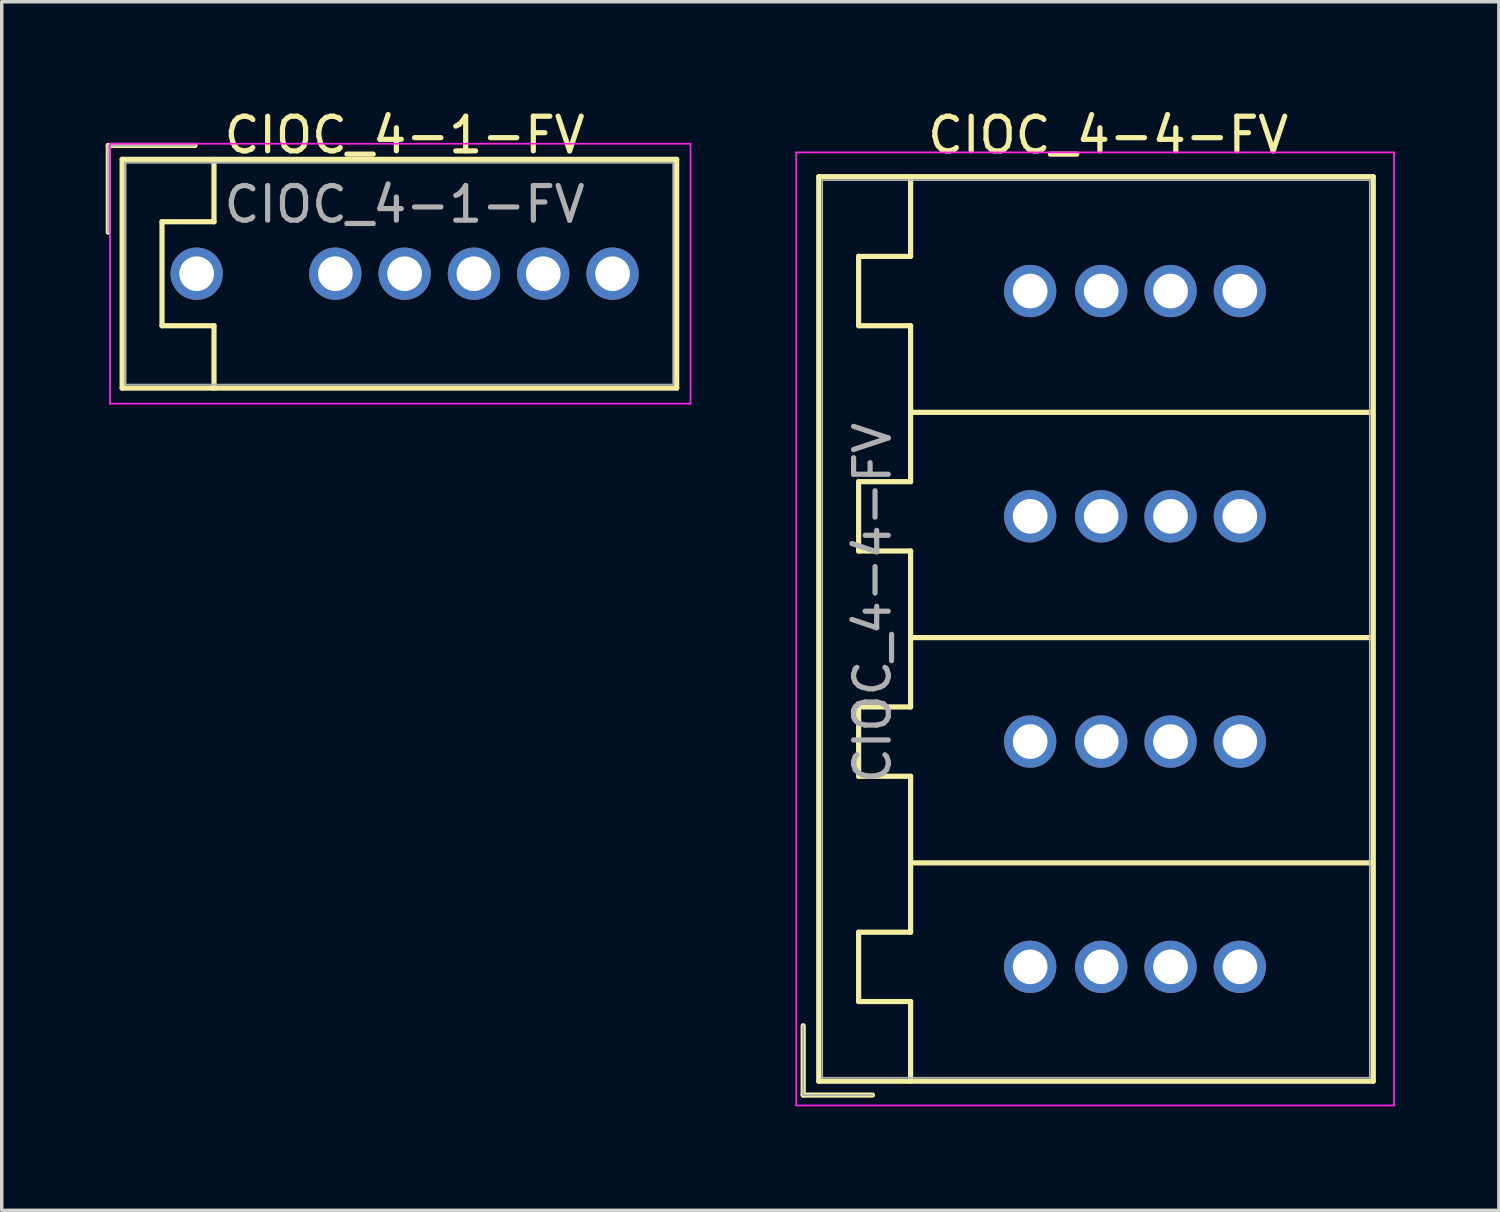
<source format=kicad_pcb>
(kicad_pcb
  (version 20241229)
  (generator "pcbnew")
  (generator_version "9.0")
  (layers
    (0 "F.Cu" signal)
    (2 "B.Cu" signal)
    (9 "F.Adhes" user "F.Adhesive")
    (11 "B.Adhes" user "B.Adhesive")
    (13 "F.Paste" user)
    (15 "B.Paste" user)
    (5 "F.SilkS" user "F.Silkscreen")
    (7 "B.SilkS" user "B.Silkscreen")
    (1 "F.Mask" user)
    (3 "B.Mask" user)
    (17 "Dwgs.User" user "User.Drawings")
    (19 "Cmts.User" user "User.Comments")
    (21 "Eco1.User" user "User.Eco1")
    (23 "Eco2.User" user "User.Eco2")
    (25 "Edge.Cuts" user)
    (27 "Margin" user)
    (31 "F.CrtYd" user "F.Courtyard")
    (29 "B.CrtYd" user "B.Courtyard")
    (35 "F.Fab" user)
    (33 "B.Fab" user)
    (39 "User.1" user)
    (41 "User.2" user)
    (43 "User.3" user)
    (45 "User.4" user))
  (footprint "CIOC_4-4-FV"
    (layer "F.Cu")
    (at 26.675 24.848)
    (property "Reference" "CIOC_4-4-FV" (at -4.55 -10.5 90) (layer "F.Fab") (effects (font (size 1 1) (thickness 0.15))))
    (attr through_hole)
    (fp_line (start -6.55 1.7) (end -6.55 3.7) (stroke (width 0.15) (type solid)) (layer "F.SilkS"))
    (fp_line (start -6.55 3.7) (end -4.55 3.7) (stroke (width 0.15) (type solid)) (layer "F.SilkS"))
    (fp_line (start -6.1 -22.8) (end -6.1 3.3) (stroke (width 0.15) (type solid)) (layer "F.SilkS"))
    (fp_line (start -6.1 3.3) (end 9.9 3.3) (stroke (width 0.15) (type solid)) (layer "F.SilkS"))
    (fp_line (start -4.95 -20.5) (end -4.95 -18.5) (stroke (width 0.15) (type solid)) (layer "F.SilkS"))
    (fp_line (start -4.95 -18.5) (end -3.45 -18.5) (stroke (width 0.15) (type solid)) (layer "F.SilkS"))
    (fp_line (start -4.95 -14) (end -4.95 -12) (stroke (width 0.15) (type solid)) (layer "F.SilkS"))
    (fp_line (start -4.95 -12) (end -3.45 -12) (stroke (width 0.15) (type solid)) (layer "F.SilkS"))
    (fp_line (start -4.95 -7.5) (end -4.95 -5.5) (stroke (width 0.15) (type solid)) (layer "F.SilkS"))
    (fp_line (start -4.95 -5.5) (end -3.45 -5.5) (stroke (width 0.15) (type solid)) (layer "F.SilkS"))
    (fp_line (start -4.95 -1) (end -4.95 1) (stroke (width 0.15) (type solid)) (layer "F.SilkS"))
    (fp_line (start -4.95 1) (end -3.45 1) (stroke (width 0.15) (type solid)) (layer "F.SilkS"))
    (fp_line (start -3.45 -22.8) (end -3.45 -20.5) (stroke (width 0.15) (type solid)) (layer "F.SilkS"))
    (fp_line (start -3.45 -20.5) (end -4.95 -20.5) (stroke (width 0.15) (type solid)) (layer "F.SilkS"))
    (fp_line (start -3.45 -18.5) (end -3.45 -14) (stroke (width 0.15) (type solid)) (layer "F.SilkS"))
    (fp_line (start -3.45 -16) (end 9.8 -16) (stroke (width 0.15) (type solid)) (layer "F.SilkS"))
    (fp_line (start -3.45 -14) (end -4.95 -14) (stroke (width 0.15) (type solid)) (layer "F.SilkS"))
    (fp_line (start -3.45 -12) (end -3.45 -7.5) (stroke (width 0.15) (type solid)) (layer "F.SilkS"))
    (fp_line (start -3.45 -9.5) (end 9.8 -9.5) (stroke (width 0.15) (type solid)) (layer "F.SilkS"))
    (fp_line (start -3.45 -7.5) (end -4.95 -7.5) (stroke (width 0.15) (type solid)) (layer "F.SilkS"))
    (fp_line (start -3.45 -5.5) (end -3.45 -1) (stroke (width 0.15) (type solid)) (layer "F.SilkS"))
    (fp_line (start -3.45 -3) (end 9.8 -3) (stroke (width 0.15) (type solid)) (layer "F.SilkS"))
    (fp_line (start -3.45 -1) (end -4.95 -1) (stroke (width 0.15) (type solid)) (layer "F.SilkS"))
    (fp_line (start -3.45 1) (end -3.45 3.3) (stroke (width 0.15) (type solid)) (layer "F.SilkS"))
    (fp_line (start 9.9 -22.8) (end -6.1 -22.8) (stroke (width 0.15) (type solid)) (layer "F.SilkS"))
    (fp_line (start 9.9 3.3) (end 9.9 -22.8) (stroke (width 0.15) (type solid)) (layer "F.SilkS"))
    (fp_line (start -6.75 -23.5) (end -6.75 4) (stroke (width 0.05) (type solid)) (layer "F.CrtYd"))
    (fp_line (start -6.75 4) (end 10.5 4) (stroke (width 0.05) (type solid)) (layer "F.CrtYd"))
    (fp_line (start 10.5 -23.5) (end -6.75 -23.5) (stroke (width 0.05) (type solid)) (layer "F.CrtYd"))
    (fp_line (start 10.5 4) (end 10.5 -23.5) (stroke (width 0.05) (type solid)) (layer "F.CrtYd"))
    (fp_line (start -6.55 3.7) (end -6.55 1.7) (stroke (width 0.05) (type solid)) (layer "F.Fab"))
    (fp_line (start -6 -22.7) (end -6 3.2) (stroke (width 0.05) (type solid)) (layer "F.Fab"))
    (fp_line (start -6 3.2) (end 9.8 3.2) (stroke (width 0.05) (type solid)) (layer "F.Fab"))
    (fp_line (start -4.55 3.7) (end -6.55 3.7) (stroke (width 0.05) (type solid)) (layer "F.Fab"))
    (fp_line (start 9.8 -22.7) (end -6 -22.7) (stroke (width 0.05) (type solid)) (layer "F.Fab"))
    (fp_line (start 9.8 3.2) (end 9.8 -22.7) (stroke (width 0.05) (type solid)) (layer "F.Fab"))
    (fp_text user "${REFERENCE}" (at 2.25 -24 0) (layer "F.SilkS") (effects (font (size 1 1) (thickness 0.15))))
    (pad "1" thru_hole circle (at 0 0) (size 1.51 1.51) (drill 1) (layers "*.Cu" "*.Paste" "*.Mask"))
    (pad "2" thru_hole circle (at 2.05 0) (size 1.51 1.51) (drill 1) (layers "*.Cu" "*.Paste" "*.Mask"))
    (pad "3" thru_hole circle (at 4.05 0) (size 1.51 1.51) (drill 1) (layers "*.Cu" "*.Paste" "*.Mask"))
    (pad "4" thru_hole circle (at 6.05 0) (size 1.51 1.51) (drill 1) (layers "*.Cu" "*.Paste" "*.Mask"))
    (pad "5" thru_hole circle (at 0 -6.5) (size 1.51 1.51) (drill 1) (layers "*.Cu" "*.Paste" "*.Mask"))
    (pad "6" thru_hole circle (at 2.05 -6.5) (size 1.51 1.51) (drill 1) (layers "*.Cu" "*.Paste" "*.Mask"))
    (pad "7" thru_hole circle (at 4.05 -6.5) (size 1.51 1.51) (drill 1) (layers "*.Cu" "*.Paste" "*.Mask"))
    (pad "8" thru_hole circle (at 6.05 -6.5) (size 1.51 1.51) (drill 1) (layers "*.Cu" "*.Paste" "*.Mask"))
    (pad "9" thru_hole circle (at 0 -13) (size 1.51 1.51) (drill 1) (layers "*.Cu" "*.Paste" "*.Mask"))
    (pad "10" thru_hole circle (at 2.05 -13) (size 1.51 1.51) (drill 1) (layers "*.Cu" "*.Paste" "*.Mask"))
    (pad "11" thru_hole circle (at 4.05 -13) (size 1.51 1.51) (drill 1) (layers "*.Cu" "*.Paste" "*.Mask"))
    (pad "12" thru_hole circle (at 6.05 -13) (size 1.51 1.51) (drill 1) (layers "*.Cu" "*.Paste" "*.Mask"))
    (pad "13" thru_hole circle (at 0 -19.5) (size 1.51 1.51) (drill 1) (layers "*.Cu" "*.Paste" "*.Mask"))
    (pad "14" thru_hole circle (at 2.05 -19.5) (size 1.51 1.51) (drill 1) (layers "*.Cu" "*.Paste" "*.Mask"))
    (pad "15" thru_hole circle (at 4.05 -19.5) (size 1.51 1.51) (drill 1) (layers "*.Cu" "*.Paste" "*.Mask"))
    (pad "16" thru_hole circle (at 6.05 -19.5) (size 1.51 1.51) (drill 1) (layers "*.Cu" "*.Paste" "*.Mask")))
  (footprint "CIOC_4-1-FV"
    (layer "F.Cu")
    (at 6.625 4.848)
    (property "Reference" "CIOC_4-1-FV" (at 2 -2 0) (layer "F.Fab") (effects (font (size 1 1) (thickness 0.15))))
    (attr through_hole)
    (fp_line (start -6.55 -3.7) (end -6.55 -1.2) (stroke (width 0.15) (type solid)) (layer "F.SilkS"))
    (fp_line (start -6.15 -3.3) (end 9.85 -3.3) (stroke (width 0.15) (type solid)) (layer "F.SilkS"))
    (fp_line (start -6.15 3.3) (end -6.15 -3.3) (stroke (width 0.15) (type solid)) (layer "F.SilkS"))
    (fp_line (start -6.15 3.3) (end 9.85 3.3) (stroke (width 0.15) (type solid)) (layer "F.SilkS"))
    (fp_line (start -5 -1.5) (end -5 1.5) (stroke (width 0.15) (type solid)) (layer "F.SilkS"))
    (fp_line (start -5 1.5) (end -3.5 1.5) (stroke (width 0.15) (type solid)) (layer "F.SilkS"))
    (fp_line (start -4.05 -3.7) (end -6.55 -3.7) (stroke (width 0.15) (type solid)) (layer "F.SilkS"))
    (fp_line (start -3.5 -3.3) (end -3.5 -1.5) (stroke (width 0.15) (type solid)) (layer "F.SilkS"))
    (fp_line (start -3.5 -1.5) (end -5 -1.5) (stroke (width 0.15) (type solid)) (layer "F.SilkS"))
    (fp_line (start -3.5 1.5) (end -3.5 3.3) (stroke (width 0.15) (type solid)) (layer "F.SilkS"))
    (fp_line (start 9.85 3.3) (end 9.85 -3.3) (stroke (width 0.15) (type solid)) (layer "F.SilkS"))
    (fp_line (start -6.5 -3.75) (end -6.5 3.75) (stroke (width 0.05) (type solid)) (layer "F.CrtYd"))
    (fp_line (start -6.5 3.75) (end 10.25 3.75) (stroke (width 0.05) (type solid)) (layer "F.CrtYd"))
    (fp_line (start 10.25 -3.75) (end -6.5 -3.75) (stroke (width 0.05) (type solid)) (layer "F.CrtYd"))
    (fp_line (start 10.25 3.75) (end 10.25 -3.75) (stroke (width 0.05) (type solid)) (layer "F.CrtYd"))
    (fp_line (start -6.55 -3.7) (end -6.55 -1.2) (stroke (width 0.05) (type solid)) (layer "F.Fab"))
    (fp_line (start -6.05 -3.2) (end 9.75 -3.2) (stroke (width 0.05) (type solid)) (layer "F.Fab"))
    (fp_line (start -6.05 3.2) (end -6.05 -3.2) (stroke (width 0.05) (type solid)) (layer "F.Fab"))
    (fp_line (start -6.05 3.2) (end 9.75 3.2) (stroke (width 0.05) (type solid)) (layer "F.Fab"))
    (fp_line (start -4.05 -3.7) (end -6.55 -3.7) (stroke (width 0.05) (type solid)) (layer "F.Fab"))
    (fp_line (start 9.75 3.2) (end 9.75 -3.2) (stroke (width 0.05) (type solid)) (layer "F.Fab"))
    (fp_text user "${REFERENCE}" (at 2 -4 0) (layer "F.SilkS") (effects (font (size 1 1) (thickness 0.15))))
    (pad "" thru_hole circle (at -4 0) (size 1.51 1.51) (drill 1) (layers "*.Cu" "*.Mask"))
    (pad "" thru_hole circle (at 8 0) (size 1.51 1.51) (drill 1) (layers "*.Cu" "*.Mask"))
    (pad "1" thru_hole circle (at 0 0) (size 1.51 1.51) (drill 1) (layers "*.Cu" "*.Mask"))
    (pad "2" thru_hole circle (at 2 0) (size 1.51 1.51) (drill 1) (layers "*.Cu" "*.Mask"))
    (pad "3" thru_hole circle (at 4 0) (size 1.51 1.51) (drill 1) (layers "*.Cu" "*.Mask"))
    (pad "4" thru_hole circle (at 6 0) (size 1.51 1.51) (drill 1) (layers "*.Cu" "*.Mask")))
  (gr_rect
    (start -3 -3)
    (end 40.2 31.873)
    (stroke (width 0.1) (type default))
    (fill no)
    (layer "Edge.Cuts")))
</source>
